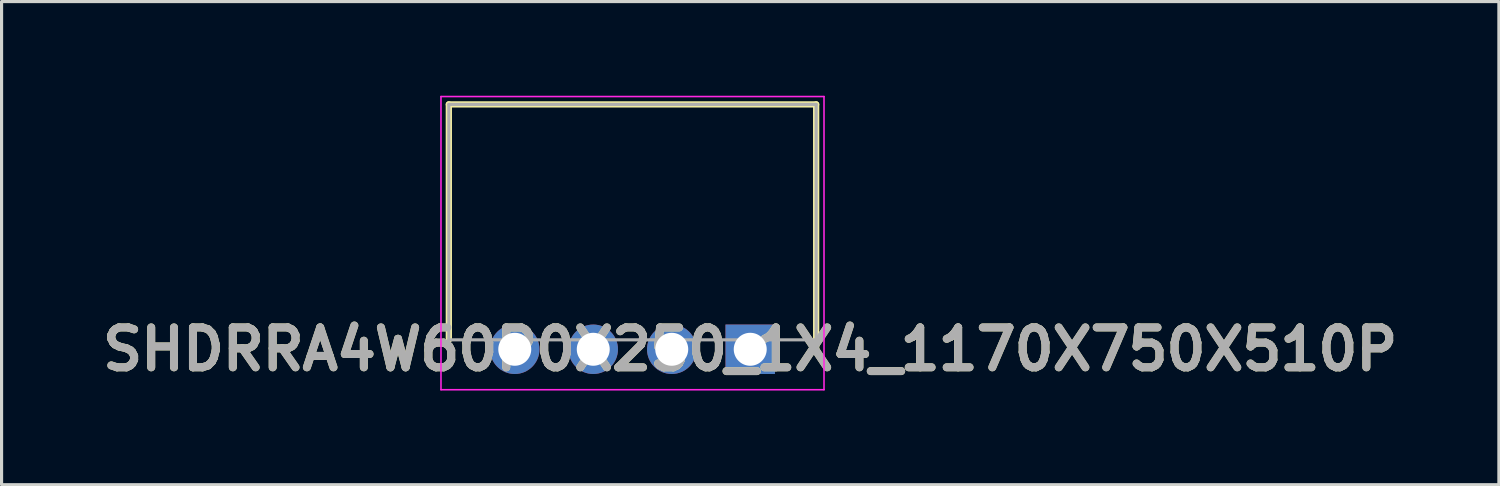
<source format=kicad_pcb>
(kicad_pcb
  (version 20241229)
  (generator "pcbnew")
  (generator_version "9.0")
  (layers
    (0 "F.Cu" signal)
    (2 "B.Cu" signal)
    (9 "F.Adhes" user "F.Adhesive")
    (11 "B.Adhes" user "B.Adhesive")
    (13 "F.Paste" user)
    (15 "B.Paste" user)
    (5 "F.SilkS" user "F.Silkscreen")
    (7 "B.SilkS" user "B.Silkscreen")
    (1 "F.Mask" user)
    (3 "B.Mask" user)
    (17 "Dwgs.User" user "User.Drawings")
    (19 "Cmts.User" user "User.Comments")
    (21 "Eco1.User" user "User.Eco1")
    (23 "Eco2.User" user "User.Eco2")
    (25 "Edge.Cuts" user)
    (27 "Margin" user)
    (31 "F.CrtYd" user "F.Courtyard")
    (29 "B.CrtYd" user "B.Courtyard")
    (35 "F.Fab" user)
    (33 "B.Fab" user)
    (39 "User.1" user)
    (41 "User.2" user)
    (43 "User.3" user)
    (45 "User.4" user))
  (footprint "SHDRRA4W60P0X250_1X4_1170X750X510P"
    (layer "F.Cu")
    (at 20.846 8.075)
    (property "Reference" "SHDRRA4W60P0X250_1X4_1170X750X510P" (at 0 0 0) (layer "F.SilkS") (effects (font (size 1.27 1.27) (thickness 0.254))))
    (attr through_hole)
    (fp_line (start -9.6 -7.8) (end -9.6 -0.3) (stroke (width 0.2) (type solid)) (layer "F.SilkS"))
    (fp_line (start 2.1 -7.8) (end -9.6 -7.8) (stroke (width 0.2) (type solid)) (layer "F.SilkS"))
    (fp_line (start 2.1 0) (end 2.1 -7.8) (stroke (width 0.2) (type solid)) (layer "F.SilkS"))
    (fp_line (start -9.85 -8.05) (end 2.35 -8.05) (stroke (width 0.05) (type solid)) (layer "F.CrtYd"))
    (fp_line (start -9.85 1.288) (end -9.85 -8.05) (stroke (width 0.05) (type solid)) (layer "F.CrtYd"))
    (fp_line (start 2.35 -8.05) (end 2.35 1.288) (stroke (width 0.05) (type solid)) (layer "F.CrtYd"))
    (fp_line (start 2.35 1.288) (end -9.85 1.288) (stroke (width 0.05) (type solid)) (layer "F.CrtYd"))
    (fp_line (start -9.6 -7.8) (end 2.1 -7.8) (stroke (width 0.1) (type solid)) (layer "F.Fab"))
    (fp_line (start -9.6 -0.3) (end -9.6 -7.8) (stroke (width 0.1) (type solid)) (layer "F.Fab"))
    (fp_line (start 2.1 -7.8) (end 2.1 -0.3) (stroke (width 0.1) (type solid)) (layer "F.Fab"))
    (fp_line (start 2.1 -0.3) (end -9.6 -0.3) (stroke (width 0.1) (type solid)) (layer "F.Fab"))
    (fp_text user "${REFERENCE}" (at 0 0 0) (layer "F.Fab") (effects (font (size 1.27 1.27) (thickness 0.254))))
    (pad "1" thru_hole rect (at 0 0) (size 1.575 1.575) (drill 1.05) (layers "*.Cu" "*.Mask"))
    (pad "2" thru_hole circle (at -2.5 0) (size 1.575 1.575) (drill 1.05) (layers "*.Cu" "*.Mask"))
    (pad "3" thru_hole circle (at -5 0) (size 1.575 1.575) (drill 1.05) (layers "*.Cu" "*.Mask"))
    (pad "4" thru_hole circle (at -7.5 0) (size 1.575 1.575) (drill 1.05) (layers "*.Cu" "*.Mask")))
  (gr_rect
    (start -3 -3)
    (end 44.692 12.388)
    (stroke (width 0.1) (type default))
    (fill no)
    (layer "Edge.Cuts")))
</source>
